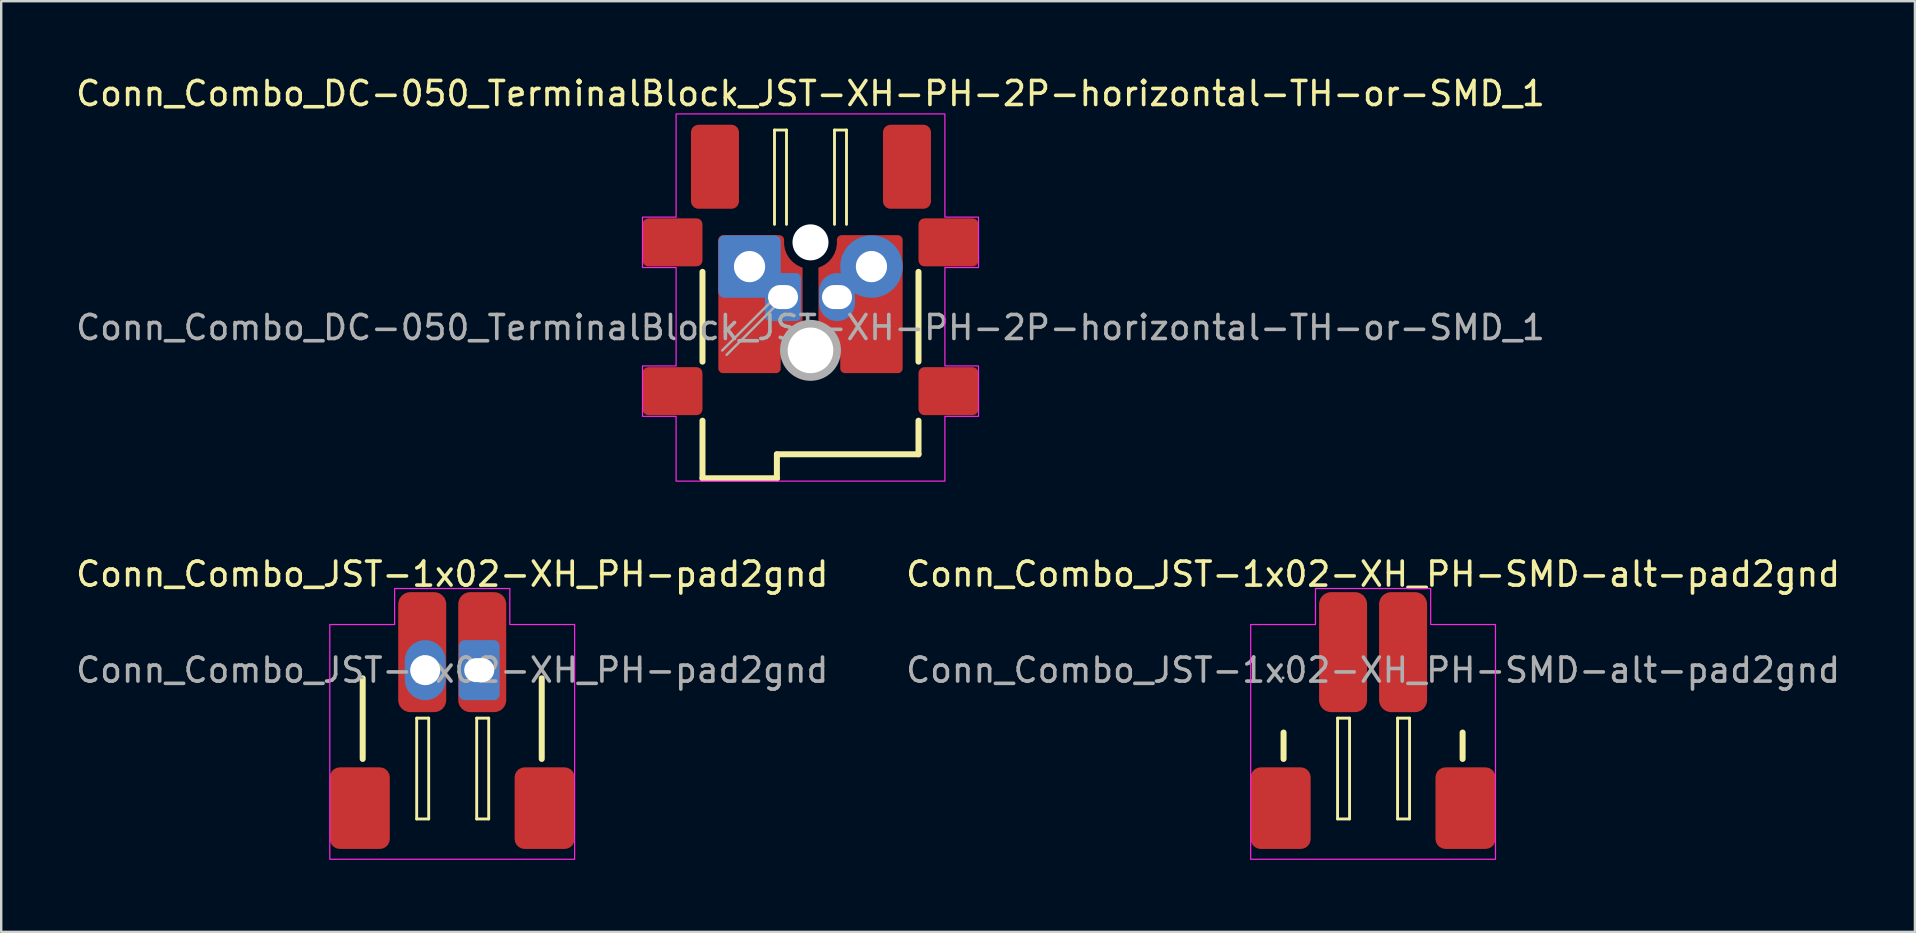
<source format=kicad_pcb>
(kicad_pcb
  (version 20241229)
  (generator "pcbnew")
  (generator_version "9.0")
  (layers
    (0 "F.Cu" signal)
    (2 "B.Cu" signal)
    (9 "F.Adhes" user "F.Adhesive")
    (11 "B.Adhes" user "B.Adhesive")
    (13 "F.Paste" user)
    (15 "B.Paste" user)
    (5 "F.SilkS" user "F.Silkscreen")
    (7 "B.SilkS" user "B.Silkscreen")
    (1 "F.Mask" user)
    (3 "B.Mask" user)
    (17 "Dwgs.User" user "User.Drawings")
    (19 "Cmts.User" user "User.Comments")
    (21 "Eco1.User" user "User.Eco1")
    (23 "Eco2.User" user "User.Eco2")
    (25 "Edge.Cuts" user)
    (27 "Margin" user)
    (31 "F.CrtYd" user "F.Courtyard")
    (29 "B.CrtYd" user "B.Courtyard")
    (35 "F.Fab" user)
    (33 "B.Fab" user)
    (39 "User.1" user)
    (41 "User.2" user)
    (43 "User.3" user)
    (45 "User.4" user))
  (footprint "Conn_Combo_JST-1x02-XH_PH-pad2gnd"
    (layer "F.Cu")
    (at 15.792 24.872)
    (property "Reference" "Conn_Combo_JST-1x02-XH_PH-pad2gnd" (at 0 -4 0) (layer "F.SilkS") (effects (font (size 1 1) (thickness 0.15))))
    (attr through_hole)
    (fp_line (start -3.73 0.34) (end -3.73 3.7) (stroke (width 0.25) (type solid)) (layer "F.SilkS"))
    (fp_line (start -1.48 2) (end -1.48 6.2) (stroke (width 0.12) (type solid)) (layer "F.SilkS"))
    (fp_line (start -1.48 6.2) (end -0.98 6.2) (stroke (width 0.12) (type solid)) (layer "F.SilkS"))
    (fp_line (start -0.98 2) (end -1.48 2) (stroke (width 0.12) (type solid)) (layer "F.SilkS"))
    (fp_line (start -0.98 6.2) (end -0.98 2) (stroke (width 0.12) (type solid)) (layer "F.SilkS"))
    (fp_line (start 1.02 2) (end 1.02 6.2) (stroke (width 0.12) (type solid)) (layer "F.SilkS"))
    (fp_line (start 1.02 6.2) (end 1.52 6.2) (stroke (width 0.12) (type solid)) (layer "F.SilkS"))
    (fp_line (start 1.52 2) (end 1.02 2) (stroke (width 0.12) (type solid)) (layer "F.SilkS"))
    (fp_line (start 1.52 6.2) (end 1.52 2) (stroke (width 0.12) (type solid)) (layer "F.SilkS"))
    (fp_line (start 3.73 0.34) (end 3.73 3.7) (stroke (width 0.25) (type solid)) (layer "F.SilkS"))
    (fp_poly (pts (xy -5.1 7.881) (xy 5.1 7.881) (xy 5.1 -1.9) (xy 2.4 -1.9) (xy 2.4 -3.4) (xy -2.4 -3.4) (xy -2.4 -1.9) (xy -5.1 -1.9)) (stroke (width 0.05) (type solid)) (fill no) (layer "F.CrtYd"))
    (fp_circle (center -3.75 0.32) (end -3.72 0.32) (stroke (width 0.06) (type solid)) (fill no) (layer "F.Fab"))
    (fp_text user "${REFERENCE}" (at 0 0 0) (layer "F.Fab") (effects (font (size 1 1) (thickness 0.15))))
    (pad "1" smd roundrect (at -1.25 -0.75) (size 2 5) (layers "F.Cu" "F.Mask" "F.Paste") (roundrect_rratio 0.25))
    (pad "1" thru_hole oval (at -1.125 0) (size 1.7 2.5) (drill 1.25 1) (layers "*.Cu" "*.Mask"))
    (pad "2" thru_hole roundrect (at 1.125 0) (size 1.7 2.5) (drill oval 1.25 1) (layers "*.Cu" "*.Mask") (roundrect_rratio 0.139))
    (pad "2" smd roundrect (at 1.25 -0.75) (size 2 5) (layers "F.Cu" "F.Mask" "F.Paste") (roundrect_rratio 0.25))
    (pad "MP" smd roundrect (at -3.85 5.75) (size 2.5 3.4) (layers "F.Cu" "F.Mask" "F.Paste") (roundrect_rratio 0.167))
    (pad "MP" smd roundrect (at 3.85 5.75) (size 2.5 3.4) (layers "F.Cu" "F.Mask" "F.Paste") (roundrect_rratio 0.167)))
  (footprint "Conn_Combo_JST-1x02-XH_PH-SMD-alt-pad2gnd"
    (layer "F.Cu")
    (at 54.161 24.872)
    (property "Reference" "Conn_Combo_JST-1x02-XH_PH-SMD-alt-pad2gnd" (at 0 -4 0) (layer "F.SilkS") (effects (font (size 1 1) (thickness 0.15))))
    (attr smd)
    (fp_line (start -3.73 2.6) (end -3.73 3.7) (stroke (width 0.25) (type solid)) (layer "F.SilkS"))
    (fp_line (start -1.48 2) (end -1.48 6.2) (stroke (width 0.12) (type solid)) (layer "F.SilkS"))
    (fp_line (start -1.48 6.2) (end -0.98 6.2) (stroke (width 0.12) (type solid)) (layer "F.SilkS"))
    (fp_line (start -0.98 2) (end -1.48 2) (stroke (width 0.12) (type solid)) (layer "F.SilkS"))
    (fp_line (start -0.98 6.2) (end -0.98 2) (stroke (width 0.12) (type solid)) (layer "F.SilkS"))
    (fp_line (start 1.02 2) (end 1.02 6.2) (stroke (width 0.12) (type solid)) (layer "F.SilkS"))
    (fp_line (start 1.02 6.2) (end 1.52 6.2) (stroke (width 0.12) (type solid)) (layer "F.SilkS"))
    (fp_line (start 1.52 2) (end 1.02 2) (stroke (width 0.12) (type solid)) (layer "F.SilkS"))
    (fp_line (start 1.52 6.2) (end 1.52 2) (stroke (width 0.12) (type solid)) (layer "F.SilkS"))
    (fp_line (start 3.73 2.6) (end 3.73 3.7) (stroke (width 0.25) (type solid)) (layer "F.SilkS"))
    (fp_poly (pts (xy -5.1 7.881) (xy 5.1 7.881) (xy 5.1 -1.9) (xy 2.4 -1.9) (xy 2.4 -3.4) (xy -2.4 -3.4) (xy -2.4 -1.9) (xy -5.1 -1.9)) (stroke (width 0.05) (type solid)) (fill no) (layer "F.CrtYd"))
    (fp_circle (center -3.75 0.32) (end -3.72 0.32) (stroke (width 0.06) (type solid)) (fill no) (layer "F.Fab"))
    (fp_text user "${REFERENCE}" (at 0 0 0) (layer "F.Fab") (effects (font (size 1 1) (thickness 0.15))))
    (pad "1" smd roundrect (at -1.25 -0.75) (size 2 5) (layers "F.Cu" "F.Mask" "F.Paste") (roundrect_rratio 0.25))
    (pad "2" smd roundrect (at 1.25 -0.75) (size 2 5) (layers "F.Cu" "F.Mask" "F.Paste") (roundrect_rratio 0.25))
    (pad "MP" smd roundrect (at -3.85 5.75) (size 2.5 3.4) (layers "F.Cu" "F.Mask" "F.Paste") (roundrect_rratio 0.167))
    (pad "MP" smd roundrect (at 3.85 5.75) (size 2.5 3.4) (layers "F.Cu" "F.Mask" "F.Paste") (roundrect_rratio 0.167)))
  (footprint "Conn_Combo_DC-050_TerminalBlock_JST-XH-PH-2P-horizontal-TH-or-SMD_1"
    (layer "F.Cu")
    (at 30.72 10.598)
    (property "Reference" "Conn_Combo_DC-050_TerminalBlock_JST-XH-PH-2P-horizontal-TH-or-SMD_1" (at 0 -9.75 0) (layer "F.SilkS") (effects (font (size 1 1) (thickness 0.15))))
    (attr through_hole)
    (fp_line (start -4.5 -2.32) (end -4.5 1.42) (stroke (width 0.25) (type solid)) (layer "F.SilkS"))
    (fp_line (start -4.5 3.88) (end -4.5 6.28) (stroke (width 0.25) (type solid)) (layer "F.SilkS"))
    (fp_line (start -4.5 6.28) (end -1.4 6.28) (stroke (width 0.25) (type solid)) (layer "F.SilkS"))
    (fp_line (start -1.5 -8.23) (end -1.5 -4.3) (stroke (width 0.12) (type solid)) (layer "F.SilkS"))
    (fp_line (start -1.4 5.28) (end 4.5 5.28) (stroke (width 0.25) (type solid)) (layer "F.SilkS"))
    (fp_line (start -1.4 6.28) (end -1.4 5.28) (stroke (width 0.25) (type solid)) (layer "F.SilkS"))
    (fp_line (start -1 -8.23) (end -1.5 -8.23) (stroke (width 0.12) (type solid)) (layer "F.SilkS"))
    (fp_line (start -1 -4.3) (end -1 -8.23) (stroke (width 0.12) (type solid)) (layer "F.SilkS"))
    (fp_line (start 1 -8.23) (end 1 -4.3) (stroke (width 0.12) (type solid)) (layer "F.SilkS"))
    (fp_line (start 1.5 -8.23) (end 1 -8.23) (stroke (width 0.12) (type solid)) (layer "F.SilkS"))
    (fp_line (start 1.5 -4.3) (end 1.5 -8.23) (stroke (width 0.12) (type solid)) (layer "F.SilkS"))
    (fp_line (start 4.5 -2.32) (end 4.5 1.42) (stroke (width 0.25) (type solid)) (layer "F.SilkS"))
    (fp_line (start 4.5 5.28) (end 4.5 3.88) (stroke (width 0.25) (type solid)) (layer "F.SilkS"))
    (fp_circle (center 0 -3.55) (end 0 -3.25) (stroke (width 0.6) (type solid)) (fill no) (layer "Cmts.User"))
    (fp_circle (center 0 0.95) (end 0 1.33) (stroke (width 0.75) (type solid)) (fill no) (layer "Cmts.User"))
    (fp_poly (pts (xy -5.6 3.7) (xy -7 3.7) (xy -7 1.6) (xy -5.6 1.6) (xy -5.6 -2.5) (xy -7 -2.5) (xy -7 -4.6) (xy -5.6 -4.6) (xy -5.6 -8.9) (xy 5.6 -8.9) (xy 5.6 -4.6) (xy 7 -4.6) (xy 7 -2.5) (xy 5.6 -2.5) (xy 5.6 1.6) (xy 7 1.6) (xy 7 3.7) (xy 5.6 3.7) (xy 5.6 6.4) (xy -5.6 6.4)) (stroke (width 0.05) (type solid)) (fill no) (layer "F.CrtYd"))
    (fp_line (start -1.585 -1.138) (end -3.678 0.955) (stroke (width 0.1) (type solid)) (layer "F.Fab"))
    (fp_line (start -1.402 -0.955) (end -3.495 1.138) (stroke (width 0.1) (type solid)) (layer "F.Fab"))
    (fp_circle (center 0 -3.55) (end 0 -3.22) (stroke (width 0.65) (type solid)) (fill no) (layer "F.Fab"))
    (fp_circle (center 0 0.95) (end 0 1.37) (stroke (width 0.85) (type solid)) (fill no) (layer "F.Fab"))
    (fp_text user "${REFERENCE}" (at 0 0 0) (layer "F.Fab") (effects (font (size 1 1) (thickness 0.15))))
    (pad "" np_thru_hole circle (at 0 -3.55 270) (size 1.5 1.5) (drill 1.5) (layers "*.Cu" "*.Mask"))
    (pad "" np_thru_hole circle (at 0 0.95 270) (size 1.9 1.9) (drill 1.9) (layers "*.Cu" "*.Mask"))
    (pad "1" thru_hole oval (at 1.105 -1.27 180) (size 1.5 2) (drill oval 1.25 1) (layers "*.Cu" "*.Mask"))
    (pad "1" smd custom (at 1.23 -1.27) (size 1.4 2) (layers "F.Cu" "F.Mask" "F.Paste") (options (anchor rect)) (primitives (gr_poly (pts (xy -0.134 -2.164) (xy -0.131 -2.197) (xy -0.129 -2.278) (xy -0.129 -2.282) (arc (start -0.129364 -2.38) (mid -0.070786 -2.521423) (end 0.070636 -2.58)) (arc (start 2.41 -2.58) (mid 2.551421 -2.521421) (end 2.61 -2.38)) (arc (start 2.61 2.97) (mid 2.551421 3.111421) (end 2.41 3.17)) (arc (start 0.21 3.17) (mid 0.068579 3.111421) (end 0.01 2.97)) (xy 0.01 2.222) (xy 0.01 2.218) (xy 0.008 2.134) (xy 0.006 2.105) (xy -0.022 1.936) (xy -0.03 1.904) (xy -0.084 1.744) (xy -0.097 1.714) (xy -0.176 1.565) (xy -0.194 1.537) (xy -0.296 1.403) (xy -0.318 1.378) (xy -0.441 1.262) (xy -0.466 1.242) (xy -0.606 1.147) (xy -0.635 1.131) (xy -0.79 1.059) (xy -0.817 1.049) (xy -0.9 1.025) (xy -0.9 -1.23) (xy -0.821 -1.257) (xy -0.791 -1.269) (xy -0.645 -1.346) (xy -0.615 -1.366) (xy -0.487 -1.467) (xy -0.461 -1.491) (xy -0.353 -1.614) (xy -0.331 -1.643) (xy -0.247 -1.782) (xy -0.231 -1.815) (xy -0.174 -1.967) (xy -0.164 -2.002)) (width 0) (fill yes))))
    (pad "1" thru_hole circle (at 2.54 -2.54) (size 2.6 2.6) (drill 1.3) (layers "*.Cu" "*.Mask"))
    (pad "1" smd roundrect (at 5.75 -3.55 270) (size 2 2.5) (layers "F.Cu" "F.Mask" "F.Paste") (roundrect_rratio 0.125))
    (pad "1" smd roundrect (at 5.75 2.65 270) (size 2 2.5) (layers "F.Cu" "F.Mask" "F.Paste") (roundrect_rratio 0.125))
    (pad "2" smd roundrect (at -5.75 -3.55 270) (size 2 2.5) (layers "F.Cu" "F.Mask" "F.Paste") (roundrect_rratio 0.125))
    (pad "2" thru_hole roundrect (at -2.54 -2.54) (size 2.6 2.6) (drill 1.3) (layers "*.Cu" "*.Mask") (roundrect_rratio 0.096))
    (pad "2" smd custom (at -1.24 -1.24) (size 1.4 2) (layers "F.Cu" "F.Mask" "F.Paste") (options (anchor rect)) (primitives (gr_poly (pts (xy 0.144 -2.194) (xy 0.141 -2.227) (xy 0.139 -2.308) (xy 0.139 -2.312) (arc (start 0.139364 -2.41) (mid 0.080786 -2.551423) (end -0.060636 -2.61)) (arc (start -2.4 -2.61) (mid -2.541421 -2.551421) (end -2.6 -2.41)) (arc (start -2.6 2.94) (mid -2.541421 3.081421) (end -2.4 3.14)) (arc (start -0.2 3.14) (mid -0.058579 3.081421) (end 0 2.94)) (xy 0 2.192) (xy 0.000032 2.188) (xy 0.002 2.104) (xy 0.004 2.075) (xy 0.032 1.906) (xy 0.04 1.874) (xy 0.094 1.714) (xy 0.107 1.684) (xy 0.186 1.535) (xy 0.204 1.507) (xy 0.306 1.373) (xy 0.328 1.348) (xy 0.451 1.232) (xy 0.476 1.212) (xy 0.616 1.117) (xy 0.645 1.101) (xy 0.8 1.029) (xy 0.827 1.019) (xy 0.91 0.995) (xy 0.91 -1.26) (xy 0.831 -1.287) (xy 0.801 -1.299) (xy 0.655 -1.376) (xy 0.625 -1.396) (xy 0.497 -1.497) (xy 0.471 -1.521) (xy 0.363 -1.644) (xy 0.341 -1.673) (xy 0.257 -1.812) (xy 0.241 -1.845) (xy 0.184 -1.997) (xy 0.174 -2.032)) (width 0) (fill yes))))
    (pad "2" thru_hole roundrect (at -1.145 -1.27 180) (size 1.5 2) (drill oval 1.25 1) (layers "*.Cu" "*.Mask") (roundrect_rratio 0.139))
    (pad "3" smd roundrect (at -5.75 2.65 270) (size 2 2.5) (layers "F.Cu" "F.Mask" "F.Paste") (roundrect_rratio 0.125))
    (pad "MP" smd roundrect (at -3.98 -6.7) (size 2 3.5) (layers "F.Cu" "F.Mask" "F.Paste") (roundrect_rratio 0.156))
    (pad "MP" smd roundrect (at 4.02 -6.7) (size 2 3.5) (layers "F.Cu" "F.Mask" "F.Paste") (roundrect_rratio 0.156)))
  (gr_rect
    (start -3 -3)
    (end 76.738 35.778)
    (stroke (width 0.1) (type default))
    (fill no)
    (layer "Edge.Cuts")))
</source>
